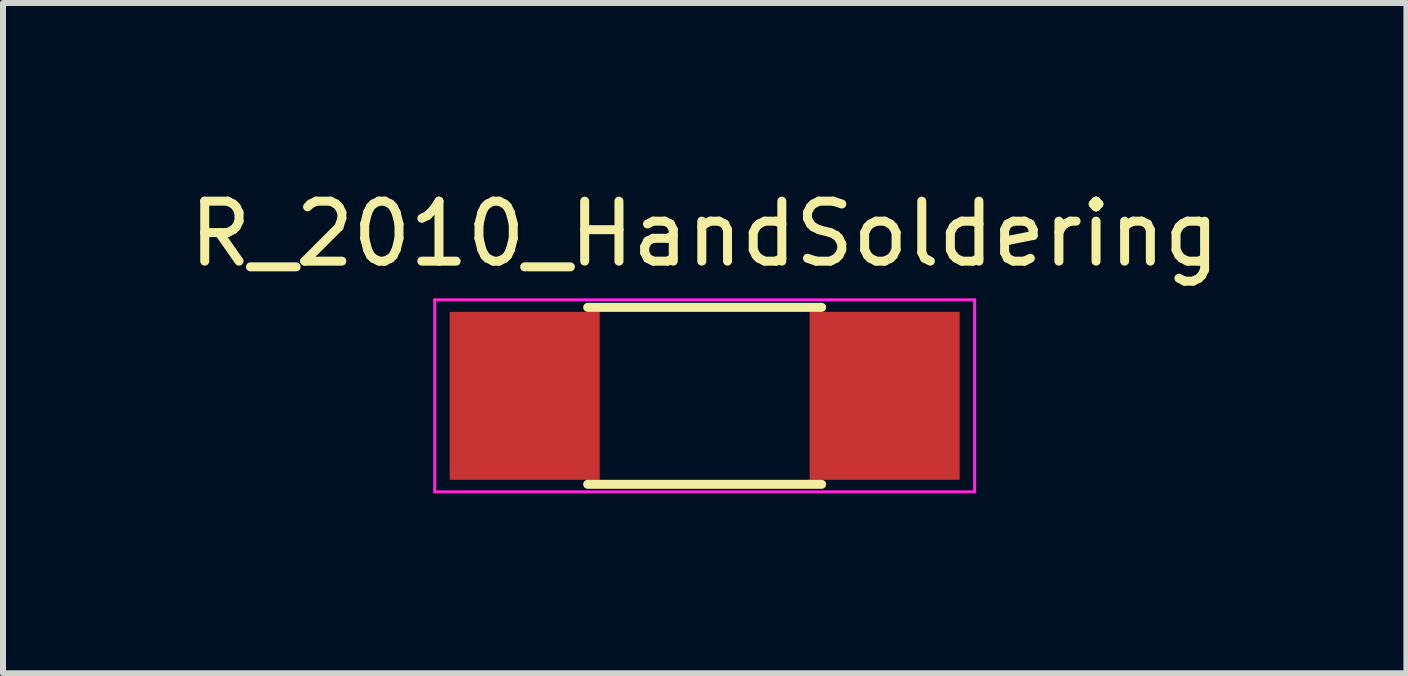
<source format=kicad_pcb>
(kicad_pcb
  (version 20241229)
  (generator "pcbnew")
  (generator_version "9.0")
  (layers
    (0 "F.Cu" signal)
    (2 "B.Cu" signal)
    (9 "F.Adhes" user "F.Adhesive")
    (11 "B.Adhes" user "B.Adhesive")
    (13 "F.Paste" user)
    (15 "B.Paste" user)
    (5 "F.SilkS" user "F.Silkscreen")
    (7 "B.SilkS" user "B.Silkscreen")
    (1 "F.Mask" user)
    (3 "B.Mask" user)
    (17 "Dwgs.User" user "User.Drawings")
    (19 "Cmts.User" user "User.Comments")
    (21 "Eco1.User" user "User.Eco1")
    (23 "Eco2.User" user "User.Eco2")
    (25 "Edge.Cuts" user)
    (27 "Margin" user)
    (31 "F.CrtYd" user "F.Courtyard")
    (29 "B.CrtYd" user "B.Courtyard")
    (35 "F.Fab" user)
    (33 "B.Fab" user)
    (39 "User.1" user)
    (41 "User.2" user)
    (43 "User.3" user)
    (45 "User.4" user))
  (footprint "R_2010_HandSoldering"
    (layer "F.Cu")
    (at 8.696 3.548)
    (property "Reference" "R_2010_HandSoldering" (at 0 -2.7 0) (layer "F.SilkS") (effects (font (size 1 1) (thickness 0.15))))
    (attr smd)
    (fp_line (start -1.95 -1.475) (end 1.95 -1.475) (stroke (width 0.15) (type solid)) (layer "F.SilkS"))
    (fp_line (start 1.95 1.475) (end -1.95 1.475) (stroke (width 0.15) (type solid)) (layer "F.SilkS"))
    (fp_line (start -4.5 -1.6) (end -4.5 1.6) (stroke (width 0.05) (type solid)) (layer "F.CrtYd"))
    (fp_line (start -4.5 -1.6) (end 4.5 -1.6) (stroke (width 0.05) (type solid)) (layer "F.CrtYd"))
    (fp_line (start -4.5 1.6) (end 4.5 1.6) (stroke (width 0.05) (type solid)) (layer "F.CrtYd"))
    (fp_line (start 4.5 -1.6) (end 4.5 1.6) (stroke (width 0.05) (type solid)) (layer "F.CrtYd"))
    (pad "1" smd rect (at -3 0) (size 2.5 2.8) (layers "F.Cu" "F.Mask" "F.Paste"))
    (pad "2" smd rect (at 3 0) (size 2.5 2.8) (layers "F.Cu" "F.Mask" "F.Paste")))
  (gr_rect
    (start -3 -3)
    (end 20.393 8.173)
    (stroke (width 0.1) (type default))
    (fill no)
    (layer "Edge.Cuts")))
</source>
